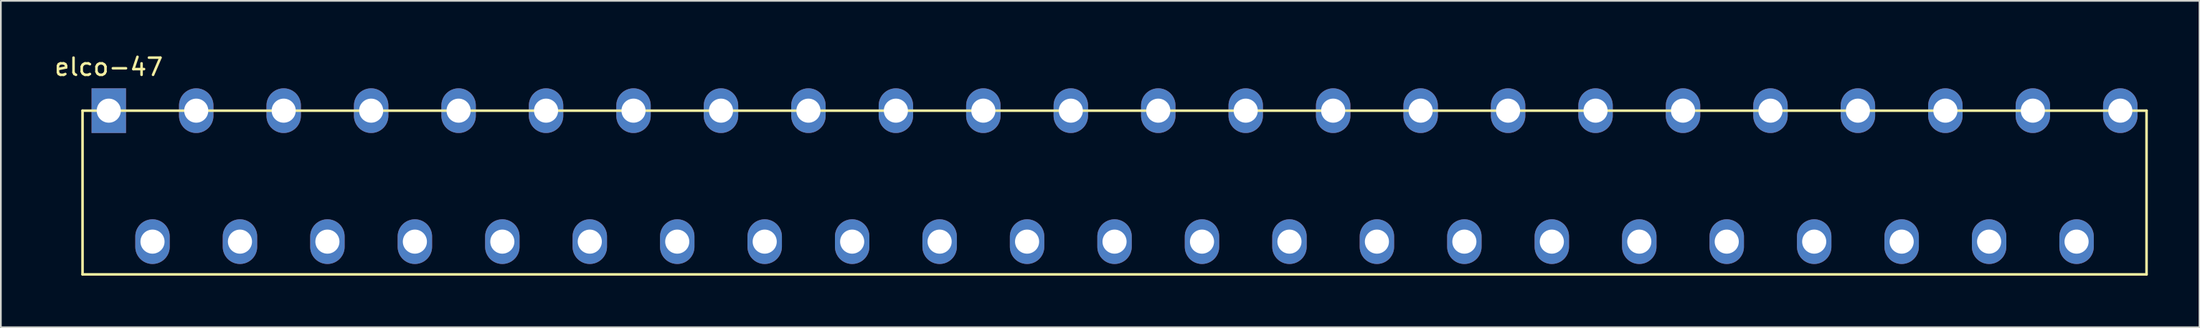
<source format=kicad_pcb>
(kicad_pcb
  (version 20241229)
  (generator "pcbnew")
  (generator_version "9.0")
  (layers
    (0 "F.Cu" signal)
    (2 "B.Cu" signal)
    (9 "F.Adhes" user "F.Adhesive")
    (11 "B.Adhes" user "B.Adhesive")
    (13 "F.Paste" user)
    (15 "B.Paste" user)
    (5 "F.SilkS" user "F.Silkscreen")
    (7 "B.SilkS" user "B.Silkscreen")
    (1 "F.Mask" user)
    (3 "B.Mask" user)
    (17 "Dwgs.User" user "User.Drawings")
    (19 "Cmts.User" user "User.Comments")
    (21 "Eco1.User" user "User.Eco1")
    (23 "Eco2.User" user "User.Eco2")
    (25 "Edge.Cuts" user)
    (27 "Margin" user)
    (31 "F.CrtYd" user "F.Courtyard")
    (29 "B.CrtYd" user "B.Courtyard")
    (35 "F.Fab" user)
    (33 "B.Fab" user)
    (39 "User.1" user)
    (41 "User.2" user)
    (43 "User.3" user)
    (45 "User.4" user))
  (footprint "elco-47"
    (layer "F.Cu")
    (at 3.268 3.388)
    (property "Reference" "elco-47" (at 0 -2.54 0) (layer "F.SilkS") (effects (font (size 1 1) (thickness 0.15))))
    (attr through_hole)
    (fp_line (start -1.524 0) (end -1.524 9.525) (stroke (width 0.15) (type solid)) (layer "F.SilkS"))
    (fp_line (start -1.524 0) (end 118.364 0) (stroke (width 0.15) (type solid)) (layer "F.SilkS"))
    (fp_line (start -1.524 9.525) (end 118.364 9.525) (stroke (width 0.15) (type solid)) (layer "F.SilkS"))
    (fp_line (start 118.364 0) (end 118.364 9.525) (stroke (width 0.15) (type solid)) (layer "F.SilkS"))
    (pad "1" thru_hole rect (at 0 0) (size 2 2.6) (drill 1.4) (layers "*.Cu" "*.Mask"))
    (pad "2" thru_hole oval (at 2.54 7.62) (size 2 2.6) (drill 1.4) (layers "*.Cu" "*.Mask"))
    (pad "3" thru_hole oval (at 5.08 0) (size 2 2.6) (drill 1.4) (layers "*.Cu" "*.Mask"))
    (pad "4" thru_hole oval (at 7.62 7.62) (size 2 2.6) (drill 1.4) (layers "*.Cu" "*.Mask"))
    (pad "5" thru_hole oval (at 10.16 0) (size 2 2.6) (drill 1.4) (layers "*.Cu" "*.Mask"))
    (pad "6" thru_hole oval (at 12.7 7.62) (size 2 2.6) (drill 1.4) (layers "*.Cu" "*.Mask"))
    (pad "7" thru_hole oval (at 15.24 0) (size 2 2.6) (drill 1.4) (layers "*.Cu" "*.Mask"))
    (pad "8" thru_hole oval (at 17.78 7.62) (size 2 2.6) (drill 1.4) (layers "*.Cu" "*.Mask"))
    (pad "9" thru_hole oval (at 20.32 0) (size 2 2.6) (drill 1.4) (layers "*.Cu" "*.Mask"))
    (pad "10" thru_hole oval (at 22.86 7.62) (size 2 2.6) (drill 1.4) (layers "*.Cu" "*.Mask"))
    (pad "11" thru_hole oval (at 25.4 0) (size 2 2.6) (drill 1.4) (layers "*.Cu" "*.Mask"))
    (pad "12" thru_hole oval (at 27.94 7.62) (size 2 2.6) (drill 1.4) (layers "*.Cu" "*.Mask"))
    (pad "13" thru_hole oval (at 30.48 0) (size 2 2.6) (drill 1.4) (layers "*.Cu" "*.Mask"))
    (pad "14" thru_hole oval (at 33.02 7.62) (size 2 2.6) (drill 1.4) (layers "*.Cu" "*.Mask"))
    (pad "15" thru_hole oval (at 35.56 0) (size 2 2.6) (drill 1.4) (layers "*.Cu" "*.Mask"))
    (pad "16" thru_hole oval (at 38.1 7.62) (size 2 2.6) (drill 1.4) (layers "*.Cu" "*.Mask"))
    (pad "17" thru_hole oval (at 40.64 0) (size 2 2.6) (drill 1.4) (layers "*.Cu" "*.Mask"))
    (pad "18" thru_hole oval (at 43.18 7.62) (size 2 2.6) (drill 1.4) (layers "*.Cu" "*.Mask"))
    (pad "19" thru_hole oval (at 45.72 0) (size 2 2.6) (drill 1.4) (layers "*.Cu" "*.Mask"))
    (pad "20" thru_hole oval (at 48.26 7.62) (size 2 2.6) (drill 1.4) (layers "*.Cu" "*.Mask"))
    (pad "21" thru_hole oval (at 50.8 0) (size 2 2.6) (drill 1.4) (layers "*.Cu" "*.Mask"))
    (pad "22" thru_hole oval (at 53.34 7.62) (size 2 2.6) (drill 1.4) (layers "*.Cu" "*.Mask"))
    (pad "23" thru_hole oval (at 55.88 0) (size 2 2.6) (drill 1.4) (layers "*.Cu" "*.Mask"))
    (pad "24" thru_hole oval (at 58.42 7.62) (size 2 2.6) (drill 1.4) (layers "*.Cu" "*.Mask"))
    (pad "25" thru_hole oval (at 60.96 0) (size 2 2.6) (drill 1.4) (layers "*.Cu" "*.Mask"))
    (pad "26" thru_hole oval (at 63.5 7.62) (size 2 2.6) (drill 1.4) (layers "*.Cu" "*.Mask"))
    (pad "27" thru_hole oval (at 66.04 0) (size 2 2.6) (drill 1.4) (layers "*.Cu" "*.Mask"))
    (pad "28" thru_hole oval (at 68.58 7.62) (size 2 2.6) (drill 1.4) (layers "*.Cu" "*.Mask"))
    (pad "29" thru_hole oval (at 71.12 0) (size 2 2.6) (drill 1.4) (layers "*.Cu" "*.Mask"))
    (pad "30" thru_hole oval (at 73.66 7.62) (size 2 2.6) (drill 1.4) (layers "*.Cu" "*.Mask"))
    (pad "31" thru_hole oval (at 76.2 0) (size 2 2.6) (drill 1.4) (layers "*.Cu" "*.Mask"))
    (pad "32" thru_hole oval (at 78.74 7.62) (size 2 2.6) (drill 1.4) (layers "*.Cu" "*.Mask"))
    (pad "33" thru_hole oval (at 81.28 0) (size 2 2.6) (drill 1.4) (layers "*.Cu" "*.Mask"))
    (pad "34" thru_hole oval (at 83.82 7.62) (size 2 2.6) (drill 1.4) (layers "*.Cu" "*.Mask"))
    (pad "35" thru_hole oval (at 86.36 0) (size 2 2.6) (drill 1.4) (layers "*.Cu" "*.Mask"))
    (pad "36" thru_hole oval (at 88.9 7.62) (size 2 2.6) (drill 1.4) (layers "*.Cu" "*.Mask"))
    (pad "37" thru_hole oval (at 91.44 0) (size 2 2.6) (drill 1.4) (layers "*.Cu" "*.Mask"))
    (pad "38" thru_hole oval (at 93.98 7.62) (size 2 2.6) (drill 1.4) (layers "*.Cu" "*.Mask"))
    (pad "39" thru_hole oval (at 96.52 0) (size 2 2.6) (drill 1.4) (layers "*.Cu" "*.Mask"))
    (pad "40" thru_hole oval (at 99.06 7.62) (size 2 2.6) (drill 1.4) (layers "*.Cu" "*.Mask"))
    (pad "41" thru_hole oval (at 101.6 0) (size 2 2.6) (drill 1.4) (layers "*.Cu" "*.Mask"))
    (pad "42" thru_hole oval (at 104.14 7.62) (size 2 2.6) (drill 1.4) (layers "*.Cu" "*.Mask"))
    (pad "43" thru_hole oval (at 106.68 0) (size 2 2.6) (drill 1.4) (layers "*.Cu" "*.Mask"))
    (pad "44" thru_hole oval (at 109.22 7.62) (size 2 2.6) (drill 1.4) (layers "*.Cu" "*.Mask"))
    (pad "45" thru_hole oval (at 111.76 0) (size 2 2.6) (drill 1.4) (layers "*.Cu" "*.Mask"))
    (pad "46" thru_hole oval (at 114.3 7.62) (size 2 2.6) (drill 1.4) (layers "*.Cu" "*.Mask"))
    (pad "47" thru_hole oval (at 116.84 0) (size 2 2.6) (drill 1.4) (layers "*.Cu" "*.Mask")))
  (gr_rect
    (start -3 -3)
    (end 124.707 15.988)
    (stroke (width 0.1) (type default))
    (fill no)
    (layer "Edge.Cuts")))
</source>
